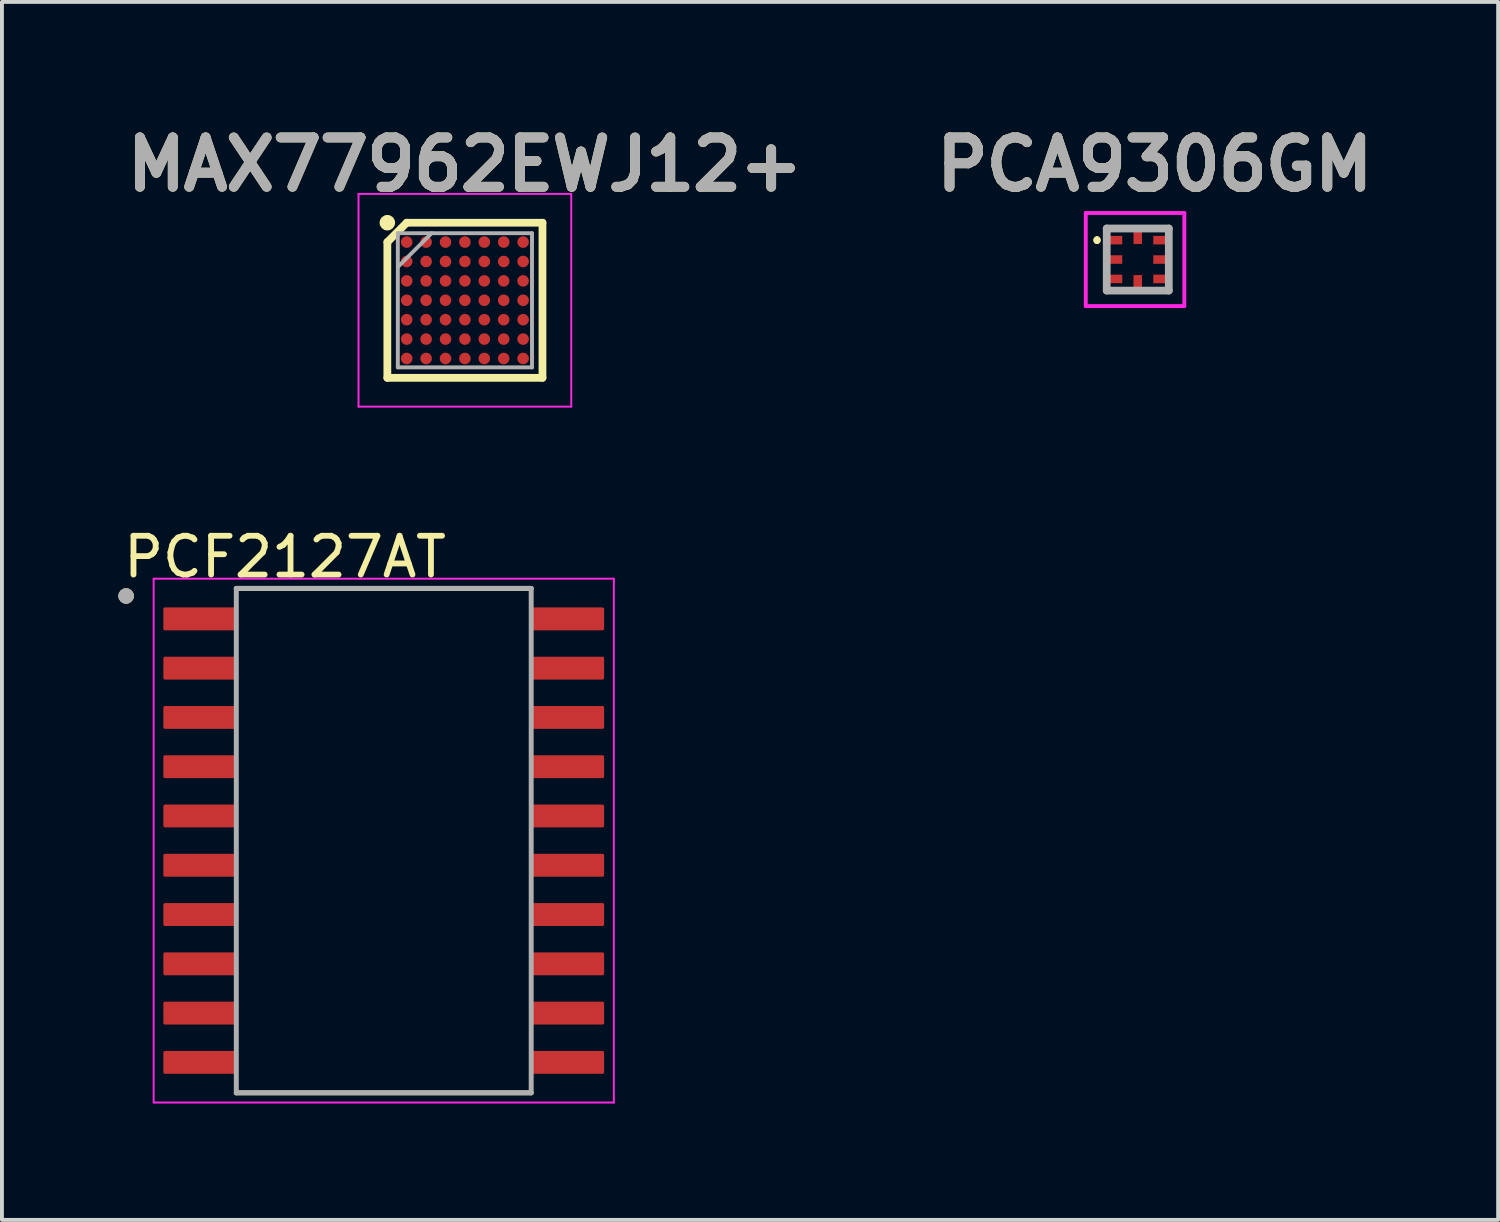
<source format=kicad_pcb>
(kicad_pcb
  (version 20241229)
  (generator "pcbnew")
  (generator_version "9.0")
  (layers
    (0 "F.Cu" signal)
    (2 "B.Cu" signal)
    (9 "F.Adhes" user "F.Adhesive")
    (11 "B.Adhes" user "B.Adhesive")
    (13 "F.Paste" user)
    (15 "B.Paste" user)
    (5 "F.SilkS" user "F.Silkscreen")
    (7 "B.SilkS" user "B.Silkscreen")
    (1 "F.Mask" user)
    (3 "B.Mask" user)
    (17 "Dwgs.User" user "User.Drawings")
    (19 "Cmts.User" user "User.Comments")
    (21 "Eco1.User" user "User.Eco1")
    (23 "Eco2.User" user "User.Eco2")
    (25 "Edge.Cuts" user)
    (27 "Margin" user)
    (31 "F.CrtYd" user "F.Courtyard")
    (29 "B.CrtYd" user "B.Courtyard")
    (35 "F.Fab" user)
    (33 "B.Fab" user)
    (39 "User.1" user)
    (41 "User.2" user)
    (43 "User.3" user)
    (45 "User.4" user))
  (footprint "PCF2127AT"
    (layer "F.Cu")
    (at 6.84 18.615)
    (property "Reference" "PCF2127AT" (at -2.545 -7.312 0) (layer "F.SilkS") (effects (font (size 1 1) (thickness 0.15))))
    (attr through_hole)
    (fp_line (start -3.8 -6.5) (end 3.8 -6.5) (stroke (width 0.127) (type solid)) (layer "F.SilkS"))
    (fp_line (start -3.8 6.5) (end 3.8 6.5) (stroke (width 0.127) (type solid)) (layer "F.SilkS"))
    (fp_circle (center -6.64 -6.305) (end -6.54 -6.305) (stroke (width 0.2) (type solid)) (fill no) (layer "F.SilkS"))
    (fp_line (start -5.93 -6.75) (end -5.93 6.75) (stroke (width 0.05) (type solid)) (layer "F.CrtYd"))
    (fp_line (start -5.93 -6.75) (end 5.93 -6.75) (stroke (width 0.05) (type solid)) (layer "F.CrtYd"))
    (fp_line (start -5.93 6.75) (end 5.93 6.75) (stroke (width 0.05) (type solid)) (layer "F.CrtYd"))
    (fp_line (start 5.93 -6.75) (end 5.93 6.75) (stroke (width 0.05) (type solid)) (layer "F.CrtYd"))
    (fp_line (start -3.8 -6.5) (end -3.8 6.5) (stroke (width 0.127) (type solid)) (layer "F.Fab"))
    (fp_line (start -3.8 -6.5) (end 3.8 -6.5) (stroke (width 0.127) (type solid)) (layer "F.Fab"))
    (fp_line (start -3.8 6.5) (end 3.8 6.5) (stroke (width 0.127) (type solid)) (layer "F.Fab"))
    (fp_line (start 3.8 -6.5) (end 3.8 6.5) (stroke (width 0.127) (type solid)) (layer "F.Fab"))
    (fp_circle (center -6.64 -6.305) (end -6.54 -6.305) (stroke (width 0.2) (type solid)) (fill no) (layer "F.Fab"))
    (pad "1" smd roundrect (at -4.72 -5.715) (size 1.92 0.59) (layers "F.Cu" "F.Mask" "F.Paste") (roundrect_rratio 0.07))
    (pad "2" smd roundrect (at -4.72 -4.445) (size 1.92 0.59) (layers "F.Cu" "F.Mask" "F.Paste") (roundrect_rratio 0.07))
    (pad "3" smd roundrect (at -4.72 -3.175) (size 1.92 0.59) (layers "F.Cu" "F.Mask" "F.Paste") (roundrect_rratio 0.07))
    (pad "4" smd roundrect (at -4.72 -1.905) (size 1.92 0.59) (layers "F.Cu" "F.Mask" "F.Paste") (roundrect_rratio 0.07))
    (pad "5" smd roundrect (at -4.72 -0.635) (size 1.92 0.59) (layers "F.Cu" "F.Mask" "F.Paste") (roundrect_rratio 0.07))
    (pad "6" smd roundrect (at -4.72 0.635) (size 1.92 0.59) (layers "F.Cu" "F.Mask" "F.Paste") (roundrect_rratio 0.07))
    (pad "7" smd roundrect (at -4.72 1.905) (size 1.92 0.59) (layers "F.Cu" "F.Mask" "F.Paste") (roundrect_rratio 0.07))
    (pad "8" smd roundrect (at -4.72 3.175) (size 1.92 0.59) (layers "F.Cu" "F.Mask" "F.Paste") (roundrect_rratio 0.07))
    (pad "9" smd roundrect (at -4.72 4.445) (size 1.92 0.59) (layers "F.Cu" "F.Mask" "F.Paste") (roundrect_rratio 0.07))
    (pad "10" smd roundrect (at -4.72 5.715) (size 1.92 0.59) (layers "F.Cu" "F.Mask" "F.Paste") (roundrect_rratio 0.07))
    (pad "11" smd roundrect (at 4.72 5.715) (size 1.92 0.59) (layers "F.Cu" "F.Mask" "F.Paste") (roundrect_rratio 0.07))
    (pad "12" smd roundrect (at 4.72 4.445) (size 1.92 0.59) (layers "F.Cu" "F.Mask" "F.Paste") (roundrect_rratio 0.07))
    (pad "13" smd roundrect (at 4.72 3.175) (size 1.92 0.59) (layers "F.Cu" "F.Mask" "F.Paste") (roundrect_rratio 0.07))
    (pad "14" smd roundrect (at 4.72 1.905) (size 1.92 0.59) (layers "F.Cu" "F.Mask" "F.Paste") (roundrect_rratio 0.07))
    (pad "15" smd roundrect (at 4.72 0.635) (size 1.92 0.59) (layers "F.Cu" "F.Mask" "F.Paste") (roundrect_rratio 0.07))
    (pad "16" smd roundrect (at 4.72 -0.635) (size 1.92 0.59) (layers "F.Cu" "F.Mask" "F.Paste") (roundrect_rratio 0.07))
    (pad "17" smd roundrect (at 4.72 -1.905) (size 1.92 0.59) (layers "F.Cu" "F.Mask" "F.Paste") (roundrect_rratio 0.07))
    (pad "18" smd roundrect (at 4.72 -3.175) (size 1.92 0.59) (layers "F.Cu" "F.Mask" "F.Paste") (roundrect_rratio 0.07))
    (pad "19" smd roundrect (at 4.72 -4.445) (size 1.92 0.59) (layers "F.Cu" "F.Mask" "F.Paste") (roundrect_rratio 0.07))
    (pad "20" smd roundrect (at 4.72 -5.715) (size 1.92 0.59) (layers "F.Cu" "F.Mask" "F.Paste") (roundrect_rratio 0.07)))
  (footprint "PCA9306GM"
    (layer "F.Cu")
    (at 26.273 3.639)
    (property "Reference" "PCA9306GM" (at 0.44 -2.45 0) (layer "F.SilkS") (effects (font (size 1.27 1.27) (thickness 0.254))))
    (attr smd)
    (fp_line (start -1.05 -0.55) (end -1.05 -0.55) (stroke (width 0.1) (type solid)) (layer "F.SilkS"))
    (fp_line (start -1.05 -0.45) (end -1.05 -0.45) (stroke (width 0.1) (type solid)) (layer "F.SilkS"))
    (fp_line (start -0.8 -0.8) (end -0.2 -0.8) (stroke (width 0.1) (type solid)) (layer "F.SilkS"))
    (fp_line (start -0.2 0.8) (end -0.8 0.8) (stroke (width 0.1) (type solid)) (layer "F.SilkS"))
    (fp_line (start 0.2 -0.8) (end 0.8 -0.8) (stroke (width 0.1) (type solid)) (layer "F.SilkS"))
    (fp_line (start 0.8 0.8) (end 0.2 0.8) (stroke (width 0.1) (type solid)) (layer "F.SilkS"))
    (fp_arc (start -1.05 -0.55) (mid -1 -0.5) (end -1.05 -0.45) (stroke (width 0.1) (type solid)) (layer "F.SilkS"))
    (fp_arc (start -1.05 -0.45) (mid -1.1 -0.5) (end -1.05 -0.55) (stroke (width 0.1) (type solid)) (layer "F.SilkS"))
    (fp_line (start -1.34 -1.2) (end 1.2 -1.2) (stroke (width 0.1) (type solid)) (layer "F.CrtYd"))
    (fp_line (start -1.34 1.2) (end -1.34 -1.2) (stroke (width 0.1) (type solid)) (layer "F.CrtYd"))
    (fp_line (start 1.2 -1.2) (end 1.2 1.2) (stroke (width 0.1) (type solid)) (layer "F.CrtYd"))
    (fp_line (start 1.2 1.2) (end -1.34 1.2) (stroke (width 0.1) (type solid)) (layer "F.CrtYd"))
    (fp_line (start -0.8 -0.8) (end 0.8 -0.8) (stroke (width 0.2) (type solid)) (layer "F.Fab"))
    (fp_line (start -0.8 0.8) (end -0.8 -0.8) (stroke (width 0.2) (type solid)) (layer "F.Fab"))
    (fp_line (start 0.8 -0.8) (end 0.8 0.8) (stroke (width 0.2) (type solid)) (layer "F.Fab"))
    (fp_line (start 0.8 0.8) (end -0.8 0.8) (stroke (width 0.2) (type solid)) (layer "F.Fab"))
    (fp_text user "${REFERENCE}" (at 0.44 -2.45 0) (layer "F.Fab") (effects (font (size 1.27 1.27) (thickness 0.254))))
    (pad "1" smd rect (at -0.6 -0.5 90) (size 0.22 0.4) (layers "F.Cu" "F.Mask" "F.Paste"))
    (pad "2" smd rect (at -0.6 0 90) (size 0.22 0.4) (layers "F.Cu" "F.Mask" "F.Paste"))
    (pad "3" smd rect (at -0.6 0.5 90) (size 0.22 0.4) (layers "F.Cu" "F.Mask" "F.Paste"))
    (pad "4" smd rect (at 0 0.6) (size 0.22 0.4) (layers "F.Cu" "F.Mask" "F.Paste"))
    (pad "5" smd rect (at 0.6 0.5 90) (size 0.22 0.4) (layers "F.Cu" "F.Mask" "F.Paste"))
    (pad "6" smd rect (at 0.6 0 90) (size 0.22 0.4) (layers "F.Cu" "F.Mask" "F.Paste"))
    (pad "7" smd rect (at 0.6 -0.5 90) (size 0.22 0.4) (layers "F.Cu" "F.Mask" "F.Paste"))
    (pad "8" smd rect (at 0 -0.6) (size 0.22 0.4) (layers "F.Cu" "F.Mask" "F.Paste")))
  (footprint "MAX77962EWJ12+"
    (layer "F.Cu")
    (at 8.932 4.689)
    (property "Reference" "MAX77962EWJ12+" (at 0 -3.5 0) (layer "F.SilkS") (effects (font (size 1.27 1.27) (thickness 0.254))))
    (attr smd)
    (fp_line (start -1.999 -1.5) (end -1.5 -1.999) (stroke (width 0.2) (type solid)) (layer "F.SilkS"))
    (fp_line (start -1.999 1.999) (end -1.999 -1.5) (stroke (width 0.2) (type solid)) (layer "F.SilkS"))
    (fp_line (start -1.5 -1.999) (end 1.999 -1.999) (stroke (width 0.2) (type solid)) (layer "F.SilkS"))
    (fp_line (start 1.999 -1.999) (end 1.999 1.999) (stroke (width 0.2) (type solid)) (layer "F.SilkS"))
    (fp_line (start 1.999 1.999) (end -1.999 1.999) (stroke (width 0.2) (type solid)) (layer "F.SilkS"))
    (fp_circle (center -1.999 -1.999) (end -1.999 -1.899) (stroke (width 0.2) (type solid)) (fill no) (layer "F.SilkS"))
    (fp_line (start -2.742 -2.742) (end 2.741 -2.742) (stroke (width 0.05) (type solid)) (layer "F.CrtYd"))
    (fp_line (start -2.742 2.741) (end -2.742 -2.742) (stroke (width 0.05) (type solid)) (layer "F.CrtYd"))
    (fp_line (start 2.741 -2.742) (end 2.741 2.741) (stroke (width 0.05) (type solid)) (layer "F.CrtYd"))
    (fp_line (start 2.741 2.741) (end -2.742 2.741) (stroke (width 0.05) (type solid)) (layer "F.CrtYd"))
    (fp_line (start -1.729 -1.729) (end 1.729 -1.729) (stroke (width 0.1) (type solid)) (layer "F.Fab"))
    (fp_line (start -1.729 -0.858) (end -0.858 -1.729) (stroke (width 0.1) (type solid)) (layer "F.Fab"))
    (fp_line (start -1.729 1.729) (end -1.729 -1.729) (stroke (width 0.1) (type solid)) (layer "F.Fab"))
    (fp_line (start 1.729 -1.729) (end 1.729 1.729) (stroke (width 0.1) (type solid)) (layer "F.Fab"))
    (fp_line (start 1.729 1.729) (end -1.729 1.729) (stroke (width 0.1) (type solid)) (layer "F.Fab"))
    (fp_text user "${REFERENCE}" (at 0 -3.5 0) (layer "F.Fab") (effects (font (size 1.27 1.27) (thickness 0.254))))
    (pad "A1" smd circle (at -1.5 -1.5 90) (size 0.298 0.298) (layers "F.Cu" "F.Mask" "F.Paste"))
    (pad "A2" smd circle (at -1 -1.5 90) (size 0.298 0.298) (layers "F.Cu" "F.Mask" "F.Paste"))
    (pad "A3" smd circle (at -0.5 -1.5 90) (size 0.298 0.298) (layers "F.Cu" "F.Mask" "F.Paste"))
    (pad "A4" smd circle (at 0 -1.5 90) (size 0.298 0.298) (layers "F.Cu" "F.Mask" "F.Paste"))
    (pad "A5" smd circle (at 0.5 -1.5 90) (size 0.298 0.298) (layers "F.Cu" "F.Mask" "F.Paste"))
    (pad "A6" smd circle (at 1 -1.5 90) (size 0.298 0.298) (layers "F.Cu" "F.Mask" "F.Paste"))
    (pad "A7" smd circle (at 1.5 -1.5 90) (size 0.298 0.298) (layers "F.Cu" "F.Mask" "F.Paste"))
    (pad "B1" smd circle (at -1.5 -1 90) (size 0.298 0.298) (layers "F.Cu" "F.Mask" "F.Paste"))
    (pad "B2" smd circle (at -1 -1 90) (size 0.298 0.298) (layers "F.Cu" "F.Mask" "F.Paste"))
    (pad "B3" smd circle (at -0.5 -1 90) (size 0.298 0.298) (layers "F.Cu" "F.Mask" "F.Paste"))
    (pad "B4" smd circle (at 0 -1 90) (size 0.298 0.298) (layers "F.Cu" "F.Mask" "F.Paste"))
    (pad "B5" smd circle (at 0.5 -1 90) (size 0.298 0.298) (layers "F.Cu" "F.Mask" "F.Paste"))
    (pad "B6" smd circle (at 1 -1 90) (size 0.298 0.298) (layers "F.Cu" "F.Mask" "F.Paste"))
    (pad "B7" smd circle (at 1.5 -1 90) (size 0.298 0.298) (layers "F.Cu" "F.Mask" "F.Paste"))
    (pad "C1" smd circle (at -1.5 -0.5 90) (size 0.298 0.298) (layers "F.Cu" "F.Mask" "F.Paste"))
    (pad "C2" smd circle (at -1 -0.5 90) (size 0.298 0.298) (layers "F.Cu" "F.Mask" "F.Paste"))
    (pad "C3" smd circle (at -0.5 -0.5 90) (size 0.298 0.298) (layers "F.Cu" "F.Mask" "F.Paste"))
    (pad "C4" smd circle (at 0 -0.5 90) (size 0.298 0.298) (layers "F.Cu" "F.Mask" "F.Paste"))
    (pad "C5" smd circle (at 0.5 -0.5 90) (size 0.298 0.298) (layers "F.Cu" "F.Mask" "F.Paste"))
    (pad "C6" smd circle (at 1 -0.5 90) (size 0.298 0.298) (layers "F.Cu" "F.Mask" "F.Paste"))
    (pad "C7" smd circle (at 1.5 -0.5 90) (size 0.298 0.298) (layers "F.Cu" "F.Mask" "F.Paste"))
    (pad "D1" smd circle (at -1.5 0 90) (size 0.298 0.298) (layers "F.Cu" "F.Mask" "F.Paste"))
    (pad "D2" smd circle (at -1 0 90) (size 0.298 0.298) (layers "F.Cu" "F.Mask" "F.Paste"))
    (pad "D3" smd circle (at -0.5 0 90) (size 0.298 0.298) (layers "F.Cu" "F.Mask" "F.Paste"))
    (pad "D4" smd circle (at 0 0 90) (size 0.298 0.298) (layers "F.Cu" "F.Mask" "F.Paste"))
    (pad "D5" smd circle (at 0.5 0 90) (size 0.298 0.298) (layers "F.Cu" "F.Mask" "F.Paste"))
    (pad "D6" smd circle (at 1 0 90) (size 0.298 0.298) (layers "F.Cu" "F.Mask" "F.Paste"))
    (pad "D7" smd circle (at 1.5 0 90) (size 0.298 0.298) (layers "F.Cu" "F.Mask" "F.Paste"))
    (pad "E1" smd circle (at -1.5 0.5 90) (size 0.298 0.298) (layers "F.Cu" "F.Mask" "F.Paste"))
    (pad "E2" smd circle (at -1 0.5 90) (size 0.298 0.298) (layers "F.Cu" "F.Mask" "F.Paste"))
    (pad "E3" smd circle (at -0.5 0.5 90) (size 0.298 0.298) (layers "F.Cu" "F.Mask" "F.Paste"))
    (pad "E4" smd circle (at 0 0.5 90) (size 0.298 0.298) (layers "F.Cu" "F.Mask" "F.Paste"))
    (pad "E5" smd circle (at 0.5 0.5 90) (size 0.298 0.298) (layers "F.Cu" "F.Mask" "F.Paste"))
    (pad "E6" smd circle (at 1 0.5 90) (size 0.298 0.298) (layers "F.Cu" "F.Mask" "F.Paste"))
    (pad "E7" smd circle (at 1.5 0.5 90) (size 0.298 0.298) (layers "F.Cu" "F.Mask" "F.Paste"))
    (pad "F1" smd circle (at -1.5 1 90) (size 0.298 0.298) (layers "F.Cu" "F.Mask" "F.Paste"))
    (pad "F2" smd circle (at -1 1 90) (size 0.298 0.298) (layers "F.Cu" "F.Mask" "F.Paste"))
    (pad "F3" smd circle (at -0.5 1 90) (size 0.298 0.298) (layers "F.Cu" "F.Mask" "F.Paste"))
    (pad "F4" smd circle (at 0 1 90) (size 0.298 0.298) (layers "F.Cu" "F.Mask" "F.Paste"))
    (pad "F5" smd circle (at 0.5 1 90) (size 0.298 0.298) (layers "F.Cu" "F.Mask" "F.Paste"))
    (pad "F6" smd circle (at 1 1 90) (size 0.298 0.298) (layers "F.Cu" "F.Mask" "F.Paste"))
    (pad "F7" smd circle (at 1.5 1 90) (size 0.298 0.298) (layers "F.Cu" "F.Mask" "F.Paste"))
    (pad "G1" smd circle (at -1.5 1.5 90) (size 0.298 0.298) (layers "F.Cu" "F.Mask" "F.Paste"))
    (pad "G2" smd circle (at -1 1.5 90) (size 0.298 0.298) (layers "F.Cu" "F.Mask" "F.Paste"))
    (pad "G3" smd circle (at -0.5 1.5 90) (size 0.298 0.298) (layers "F.Cu" "F.Mask" "F.Paste"))
    (pad "G4" smd circle (at 0 1.5 90) (size 0.298 0.298) (layers "F.Cu" "F.Mask" "F.Paste"))
    (pad "G5" smd circle (at 0.5 1.5 90) (size 0.298 0.298) (layers "F.Cu" "F.Mask" "F.Paste"))
    (pad "G6" smd circle (at 1 1.5 90) (size 0.298 0.298) (layers "F.Cu" "F.Mask" "F.Paste"))
    (pad "G7" smd circle (at 1.5 1.5 90) (size 0.298 0.298) (layers "F.Cu" "F.Mask" "F.Paste")))
  (gr_rect
    (start -3 -3)
    (end 35.561 28.39)
    (stroke (width 0.1) (type default))
    (fill no)
    (layer "Edge.Cuts")))
</source>
